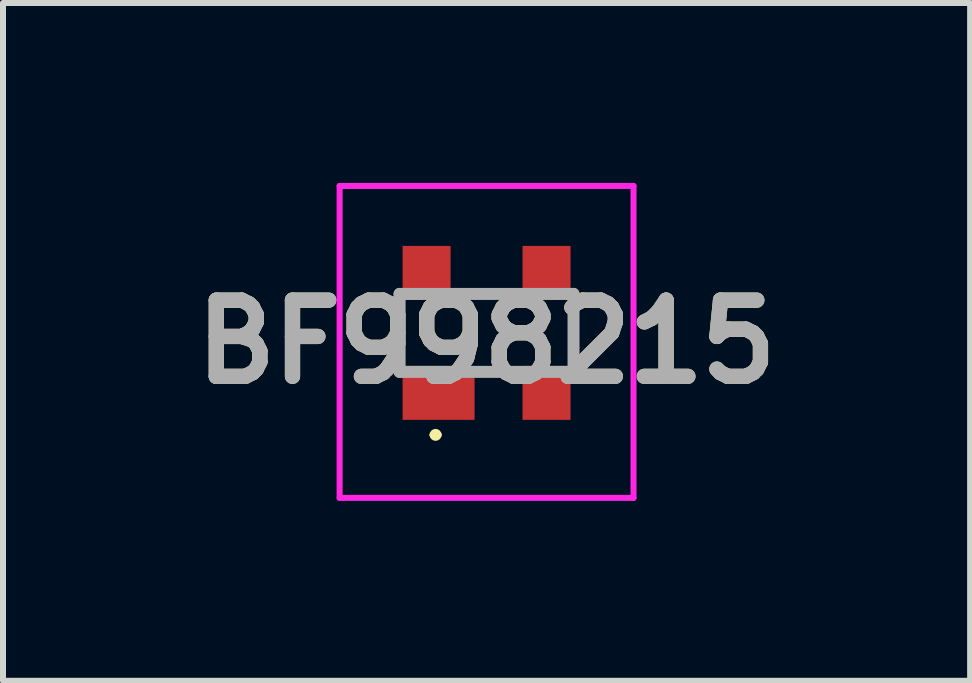
<source format=kicad_pcb>
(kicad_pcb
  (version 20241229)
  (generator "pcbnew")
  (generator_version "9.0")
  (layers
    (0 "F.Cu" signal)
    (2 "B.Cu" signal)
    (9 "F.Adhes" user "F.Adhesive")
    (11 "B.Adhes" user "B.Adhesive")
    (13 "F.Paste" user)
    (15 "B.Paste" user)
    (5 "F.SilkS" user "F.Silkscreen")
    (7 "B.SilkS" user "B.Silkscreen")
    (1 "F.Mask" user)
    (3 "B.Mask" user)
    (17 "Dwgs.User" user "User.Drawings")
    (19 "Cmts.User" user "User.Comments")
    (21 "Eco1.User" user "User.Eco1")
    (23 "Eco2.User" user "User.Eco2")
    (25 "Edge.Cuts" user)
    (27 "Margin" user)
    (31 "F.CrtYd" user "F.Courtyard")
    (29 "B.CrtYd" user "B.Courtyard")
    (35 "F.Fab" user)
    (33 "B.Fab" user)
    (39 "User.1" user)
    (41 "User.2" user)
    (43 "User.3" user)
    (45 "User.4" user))
  (footprint "BF998215"
    (layer "F.Cu")
    (at 5.062 2.875)
    (property "Reference" "BF998215" (at 0 -0.225 0) (layer "F.SilkS") (effects (font (size 1.27 1.27) (thickness 0.254))))
    (attr smd)
    (fp_line (start -1.45 -0.775) (end -1.45 0.025) (stroke (width 0.1) (type solid)) (layer "F.SilkS"))
    (fp_line (start -0.9 1.325) (end -0.9 1.325) (stroke (width 0.1) (type solid)) (layer "F.SilkS"))
    (fp_line (start -0.8 1.325) (end -0.8 1.325) (stroke (width 0.1) (type solid)) (layer "F.SilkS"))
    (fp_line (start -0.4 -1.025) (end 0.4 -1.025) (stroke (width 0.1) (type solid)) (layer "F.SilkS"))
    (fp_line (start 0 0.275) (end 0.4 0.275) (stroke (width 0.1) (type solid)) (layer "F.SilkS"))
    (fp_line (start 1.45 -0.775) (end 1.45 0.025) (stroke (width 0.1) (type solid)) (layer "F.SilkS"))
    (fp_line (start 1.45 0.025) (end 1.45 0.025) (stroke (width 0.1) (type solid)) (layer "F.SilkS"))
    (fp_arc (start -0.9 1.325) (mid -0.85 1.275) (end -0.8 1.325) (stroke (width 0.1) (type solid)) (layer "F.SilkS"))
    (fp_arc (start -0.8 1.325) (mid -0.85 1.375) (end -0.9 1.325) (stroke (width 0.1) (type solid)) (layer "F.SilkS"))
    (fp_line (start -2.45 -2.825) (end 2.45 -2.825) (stroke (width 0.1) (type solid)) (layer "F.CrtYd"))
    (fp_line (start -2.45 2.375) (end -2.45 -2.825) (stroke (width 0.1) (type solid)) (layer "F.CrtYd"))
    (fp_line (start 2.45 -2.825) (end 2.45 2.375) (stroke (width 0.1) (type solid)) (layer "F.CrtYd"))
    (fp_line (start 2.45 2.375) (end -2.45 2.375) (stroke (width 0.1) (type solid)) (layer "F.CrtYd"))
    (fp_line (start -1.45 -1.025) (end 1.45 -1.025) (stroke (width 0.2) (type solid)) (layer "F.Fab"))
    (fp_line (start -1.45 0.275) (end -1.45 -1.025) (stroke (width 0.2) (type solid)) (layer "F.Fab"))
    (fp_line (start 1.45 -1.025) (end 1.45 0.275) (stroke (width 0.2) (type solid)) (layer "F.Fab"))
    (fp_line (start 1.45 0.275) (end -1.45 0.275) (stroke (width 0.2) (type solid)) (layer "F.Fab"))
    (fp_text user "${REFERENCE}" (at 0 -0.225 0) (layer "F.Fab") (effects (font (size 1.27 1.27) (thickness 0.254))))
    (pad "1" smd rect (at -0.8 0.625 90) (size 0.9 1.2) (layers "F.Cu" "F.Mask" "F.Paste"))
    (pad "2" smd rect (at 1 0.625 90) (size 0.9 0.8) (layers "F.Cu" "F.Mask" "F.Paste"))
    (pad "3" smd rect (at 1 -1.375 90) (size 0.9 0.8) (layers "F.Cu" "F.Mask" "F.Paste"))
    (pad "4" smd rect (at -1 -1.375 90) (size 0.9 0.8) (layers "F.Cu" "F.Mask" "F.Paste")))
  (gr_rect
    (start -3 -3)
    (end 13.124 8.3)
    (stroke (width 0.1) (type default))
    (fill no)
    (layer "Edge.Cuts")))
</source>
